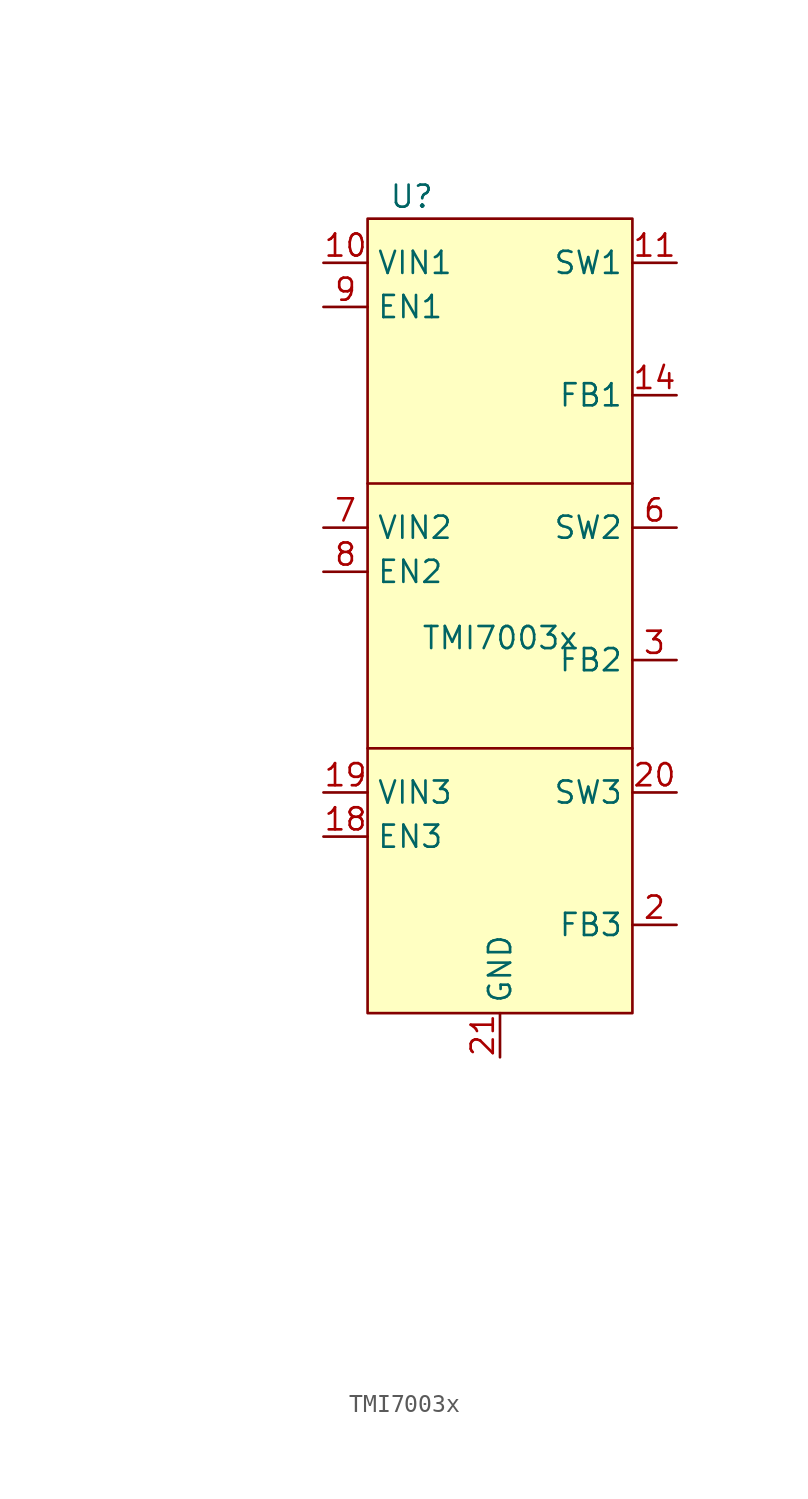
<source format=kicad_sym>
(kicad_symbol_lib
  (version 20220914)
  (generator kicad_symbol_editor)
  (symbol "TMI7003x"
    (property "Reference" "U"
      (at -5.08 25.4 0)
      (do_not_autoplace)
      (effects (font (size 1.27 1.27))))
    (property "Value" "TMI7003x"
      (at 0 0 0)
      (effects (font (size 1.27 1.27))))
    (symbol "TMI7003x_0_0"
      (pin power_in line (at -10.16 21.59 0) (length 2.54) (name "VIN1" (effects (font (size 1.27 1.27)))) (number "10" (effects (font (size 1.27 1.27)))))
      (pin output line (at 10.16 21.59 180) (length 2.54) (name "SW1" (effects (font (size 1.27 1.27)))) (number "11" (effects (font (size 1.27 1.27)))))
      (pin input line (at 10.16 13.97 180) (length 2.54) (name "FB1" (effects (font (size 1.27 1.27)))) (number "14" (effects (font (size 1.27 1.27)))))
      (pin input line (at -10.16 -11.43 0) (length 2.54) (name "EN3" (effects (font (size 1.27 1.27)))) (number "18" (effects (font (size 1.27 1.27)))))
      (pin power_in line (at -10.16 -8.89 0) (length 2.54) (name "VIN3" (effects (font (size 1.27 1.27)))) (number "19" (effects (font (size 1.27 1.27)))))
      (pin input line (at 10.16 -16.51 180) (length 2.54) (name "FB3" (effects (font (size 1.27 1.27)))) (number "2" (effects (font (size 1.27 1.27)))))
      (pin output line (at 10.16 -8.89 180) (length 2.54) (name "SW3" (effects (font (size 1.27 1.27)))) (number "20" (effects (font (size 1.27 1.27)))))
      (pin power_in line (at 0 -24.13 90) (length 2.54) (name "GND" (effects (font (size 1.27 1.27)))) (number "21" (effects (font (size 1.27 1.27)))))
      (pin input line (at 10.16 -1.27 180) (length 2.54) (name "FB2" (effects (font (size 1.27 1.27)))) (number "3" (effects (font (size 1.27 1.27)))))
      (pin output line (at 10.16 6.35 180) (length 2.54) (name "SW2" (effects (font (size 1.27 1.27)))) (number "6" (effects (font (size 1.27 1.27)))))
      (pin power_in line (at -10.16 6.35 0) (length 2.54) (name "VIN2" (effects (font (size 1.27 1.27)))) (number "7" (effects (font (size 1.27 1.27)))))
      (pin input line (at -10.16 3.81 0) (length 2.54) (name "EN2" (effects (font (size 1.27 1.27)))) (number "8" (effects (font (size 1.27 1.27)))))
      (pin input line (at -10.16 19.05 0) (length 2.54) (name "EN1" (effects (font (size 1.27 1.27)))) (number "9" (effects (font (size 1.27 1.27))))))
    (symbol "TMI7003x_1_0"
      (pin no_connect line (at -21.59 -19.05 0) (length 2.54) hide (name "NC" (effects (font (size 1.27 1.27)))) (number "1" (effects (font (size 1.27 1.27)))))
      (pin no_connect line (at -21.59 -26.67 0) (length 2.54) hide (name "NC" (effects (font (size 1.27 1.27)))) (number "12" (effects (font (size 1.27 1.27)))))
      (pin no_connect line (at -21.59 -29.21 0) (length 2.54) hide (name "NC" (effects (font (size 1.27 1.27)))) (number "13" (effects (font (size 1.27 1.27)))))
      (pin no_connect line (at -21.59 -31.75 0) (length 2.54) hide (name "NC" (effects (font (size 1.27 1.27)))) (number "15" (effects (font (size 1.27 1.27)))))
      (pin no_connect line (at -21.59 -34.29 0) (length 2.54) hide (name "NC" (effects (font (size 1.27 1.27)))) (number "16" (effects (font (size 1.27 1.27)))))
      (pin no_connect line (at -21.59 -36.83 0) (length 2.54) hide (name "NC" (effects (font (size 1.27 1.27)))) (number "17" (effects (font (size 1.27 1.27)))))
      (pin no_connect line (at -21.59 -21.59 0) (length 2.54) hide (name "NC" (effects (font (size 1.27 1.27)))) (number "4" (effects (font (size 1.27 1.27)))))
      (pin no_connect line (at -21.59 -24.13 0) (length 2.54) hide (name "NC" (effects (font (size 1.27 1.27)))) (number "5" (effects (font (size 1.27 1.27))))))
    (symbol "TMI7003x_1_1"
      (rectangle (start -7.62 24.13) (end 7.62 -21.59) (stroke (width 0) (type default)) (fill (type background)))
      (polyline (pts (xy 7.62 -6.35) (xy -7.62 -6.35)) (stroke (width 0) (type default)) (fill (type none)))
      (polyline (pts (xy 7.62 8.89) (xy -7.62 8.89)) (stroke (width 0) (type default)) (fill (type none))))))
</source>
